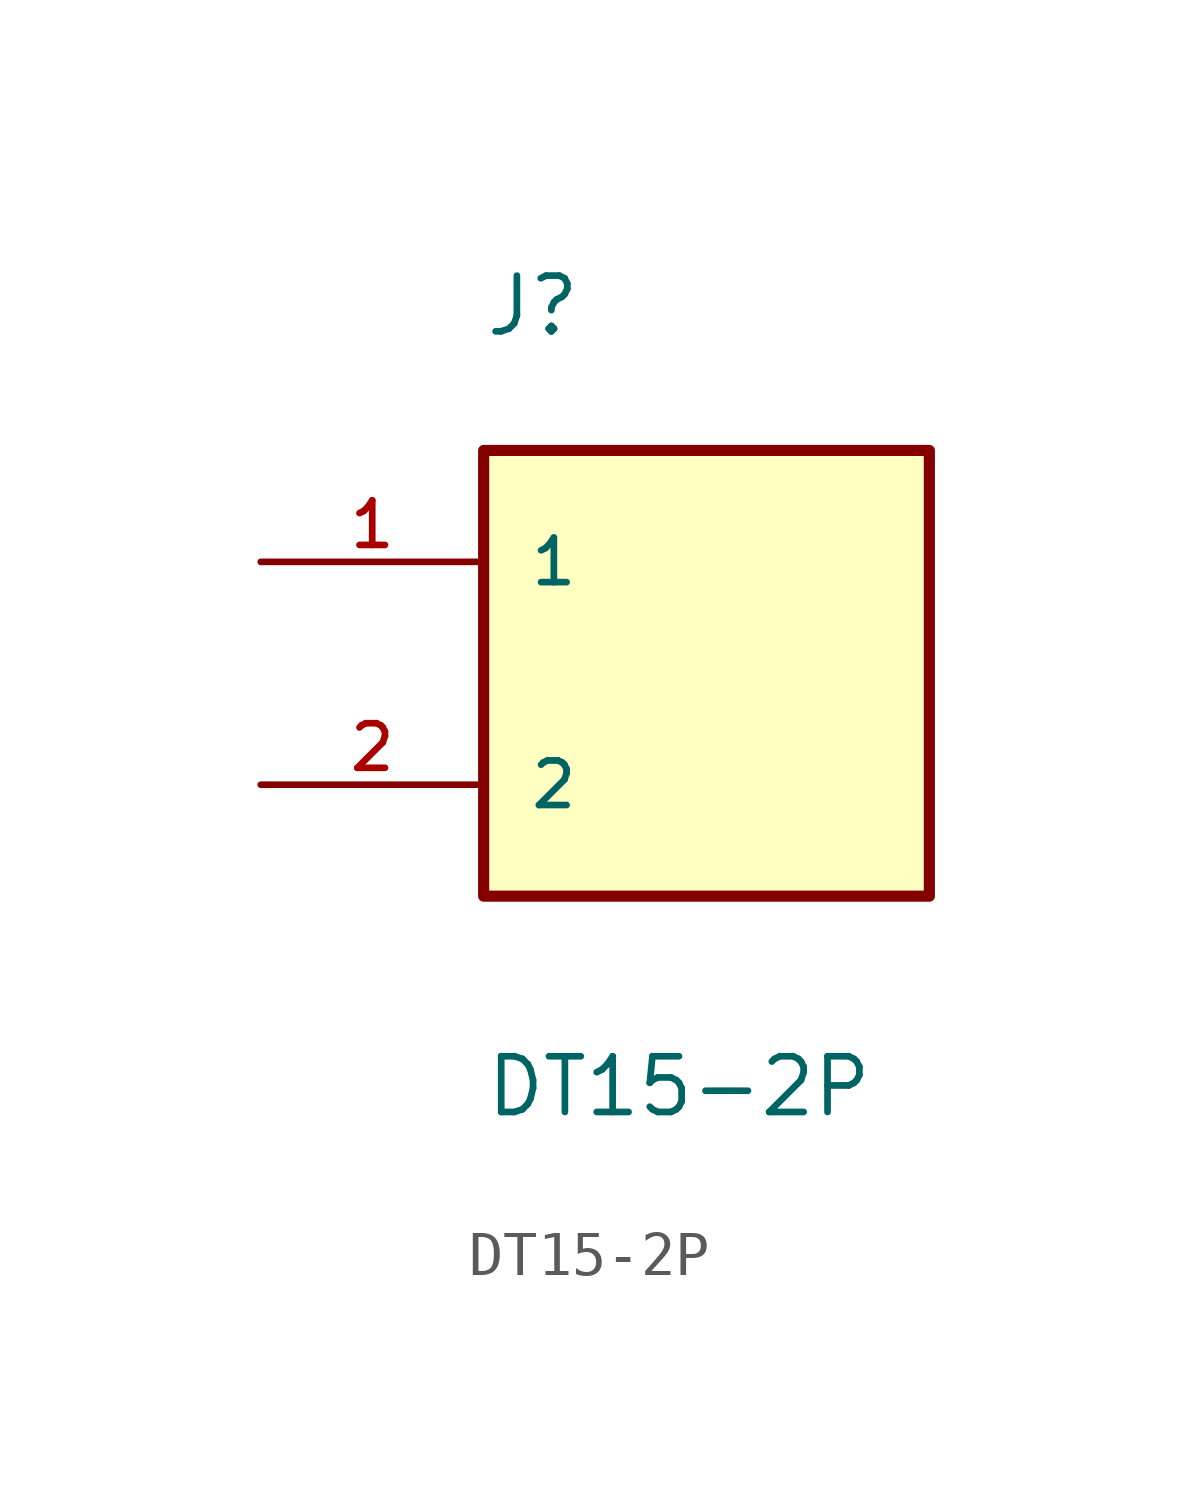
<source format=kicad_sym>
(kicad_symbol_lib
  (version 20211014)
  (generator kicad_symbol_editor)
  (symbol "DT15-2P"
    (pin_names
      (offset 1.016))
    (property "Reference" "J"
      (at -5.088 7.632 0)
      (effects (font (size 1.27 1.27)) (justify bottom left)))
    (property "Value" "DT15-2P"
      (at -5.082 -10.163 0)
      (effects (font (size 1.27 1.27)) (justify bottom left)))
    (symbol "DT15-2P_0_0"
      (rectangle (start -5.08 -5.08) (end 5.08 5.08) (stroke (width 0.254)) (fill (type background)))
      (pin passive line (at -10.16 2.54 0) (length 5.08) (name "1" (effects (font (size 1.016 1.016)))) (number "1" (effects (font (size 1.016 1.016)))))
      (pin passive line (at -10.16 -2.54 0) (length 5.08) (name "2" (effects (font (size 1.016 1.016)))) (number "2" (effects (font (size 1.016 1.016))))))))
</source>
